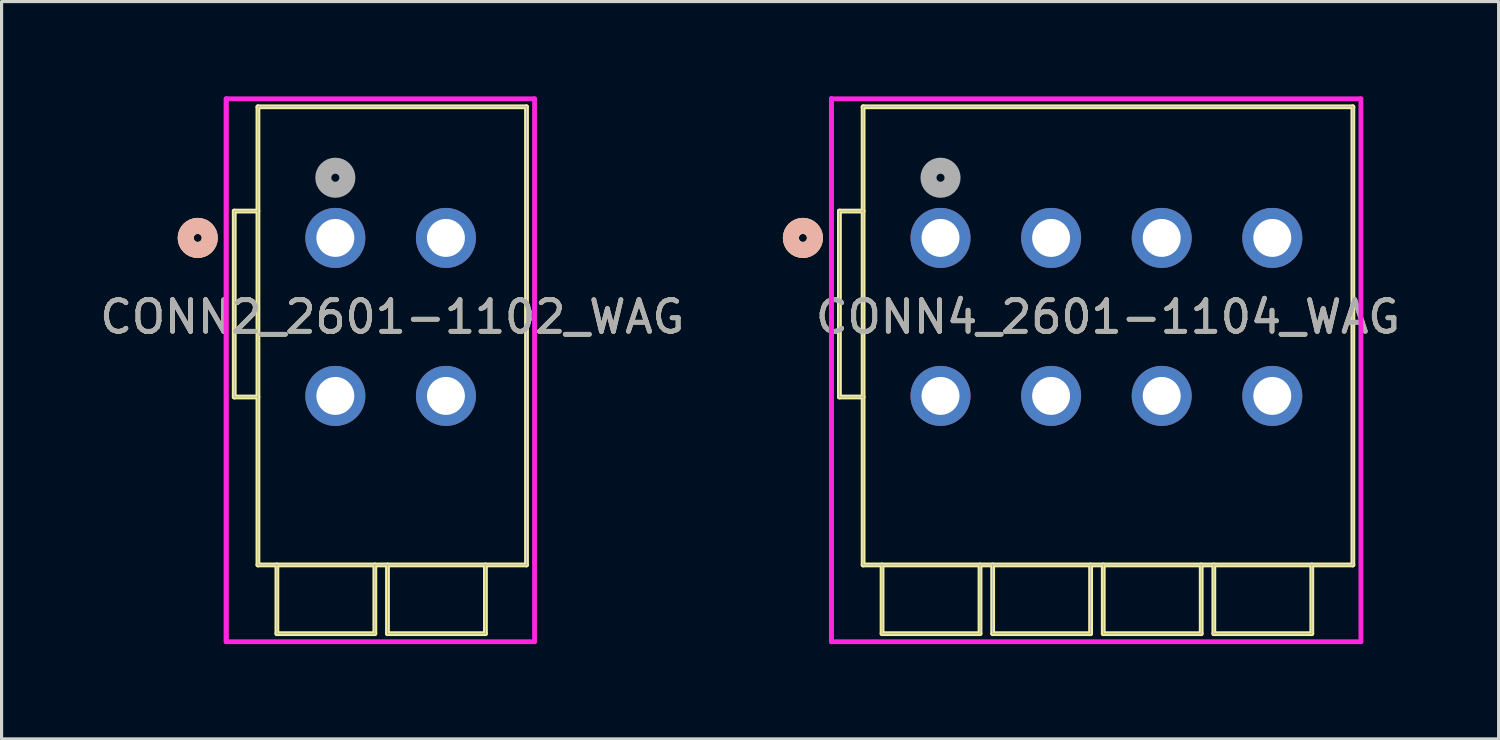
<source format=kicad_pcb>
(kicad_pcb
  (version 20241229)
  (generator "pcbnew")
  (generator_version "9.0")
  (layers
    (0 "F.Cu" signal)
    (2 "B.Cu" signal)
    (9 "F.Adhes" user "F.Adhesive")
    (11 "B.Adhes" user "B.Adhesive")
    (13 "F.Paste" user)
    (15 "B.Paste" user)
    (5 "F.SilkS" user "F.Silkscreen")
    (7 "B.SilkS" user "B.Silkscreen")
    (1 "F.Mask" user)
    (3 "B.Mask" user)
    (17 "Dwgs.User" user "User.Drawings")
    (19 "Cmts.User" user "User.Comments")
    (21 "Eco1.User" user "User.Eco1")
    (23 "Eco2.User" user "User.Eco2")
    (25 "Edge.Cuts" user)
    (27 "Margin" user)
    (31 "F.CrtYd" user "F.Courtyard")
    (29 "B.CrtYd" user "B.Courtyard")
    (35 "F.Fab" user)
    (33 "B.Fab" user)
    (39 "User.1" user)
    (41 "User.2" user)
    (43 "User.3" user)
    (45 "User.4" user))
  (footprint "CONN4_2601-1104_WAG"
    (layer "F.Cu")
    (at 26.716 4.48)
    (property "Reference" "CONN4_2601-1104_WAG" (at 5.3 2.5 0) (unlocked yes) (layer "F.SilkS") (effects (font (size 1 1) (thickness 0.15))))
    (attr through_hole)
    (fp_line (start -3.2 5.034) (end -3.2 -0.85) (stroke (width 0.152) (type solid)) (layer "F.SilkS"))
    (fp_line (start -2.45 -4.15) (end 13.05 -4.15) (stroke (width 0.152) (type solid)) (layer "F.SilkS"))
    (fp_line (start -2.45 10.35) (end -2.45 -4.15) (stroke (width 0.152) (type solid)) (layer "F.SilkS"))
    (fp_line (start -2.45 10.35) (end 13.05 10.35) (stroke (width 0.152) (type solid)) (layer "F.SilkS"))
    (fp_line (start -2.45 -0.85) (end -3.2 -0.85) (stroke (width 0.152) (type solid)) (layer "F.SilkS"))
    (fp_line (start -2.45 5.034) (end -3.2 5.034) (stroke (width 0.152) (type solid)) (layer "F.SilkS"))
    (fp_line (start -1.85 10.35) (end -1.85 12.525) (stroke (width 0.152) (type solid)) (layer "F.SilkS"))
    (fp_line (start -1.85 12.525) (end 1.25 12.525) (stroke (width 0.152) (type solid)) (layer "F.SilkS"))
    (fp_line (start 1.25 10.35) (end 1.25 12.525) (stroke (width 0.152) (type solid)) (layer "F.SilkS"))
    (fp_line (start 1.65 10.35) (end 1.65 12.525) (stroke (width 0.152) (type solid)) (layer "F.SilkS"))
    (fp_line (start 1.65 12.525) (end 4.75 12.525) (stroke (width 0.152) (type solid)) (layer "F.SilkS"))
    (fp_line (start 4.75 10.35) (end 4.75 12.525) (stroke (width 0.152) (type solid)) (layer "F.SilkS"))
    (fp_line (start 5.15 10.35) (end 5.15 12.525) (stroke (width 0.152) (type solid)) (layer "F.SilkS"))
    (fp_line (start 5.15 12.525) (end 8.25 12.525) (stroke (width 0.152) (type solid)) (layer "F.SilkS"))
    (fp_line (start 8.25 10.35) (end 8.25 12.525) (stroke (width 0.152) (type solid)) (layer "F.SilkS"))
    (fp_line (start 8.65 10.35) (end 8.65 12.525) (stroke (width 0.152) (type solid)) (layer "F.SilkS"))
    (fp_line (start 8.65 12.525) (end 11.75 12.525) (stroke (width 0.152) (type solid)) (layer "F.SilkS"))
    (fp_line (start 11.75 10.35) (end 11.75 12.525) (stroke (width 0.152) (type solid)) (layer "F.SilkS"))
    (fp_line (start 13.05 -4.15) (end 13.05 10.35) (stroke (width 0.152) (type solid)) (layer "F.SilkS"))
    (fp_circle (center -4.355 0) (end -3.974 0) (stroke (width 0.508) (type solid)) (fill no) (layer "F.SilkS"))
    (fp_circle (center -4.355 0) (end -3.974 0) (stroke (width 0.508) (type solid)) (fill no) (layer "B.SilkS"))
    (fp_line (start -3.454 -4.404) (end -3.454 12.779) (stroke (width 0.152) (type solid)) (layer "F.CrtYd"))
    (fp_line (start -3.454 -4.404) (end -3.454 12.779) (stroke (width 0.152) (type solid)) (layer "F.CrtYd"))
    (fp_line (start -3.454 12.779) (end 13.304 12.779) (stroke (width 0.152) (type solid)) (layer "F.CrtYd"))
    (fp_line (start 13.304 -4.404) (end -3.454 -4.404) (stroke (width 0.152) (type solid)) (layer "F.CrtYd"))
    (fp_line (start 13.304 12.779) (end 13.304 -4.404) (stroke (width 0.152) (type solid)) (layer "F.CrtYd"))
    (fp_line (start -3.2 5.034) (end -3.2 -0.85) (stroke (width 0.025) (type solid)) (layer "F.Fab"))
    (fp_line (start -2.45 -4.15) (end 13.05 -4.15) (stroke (width 0.025) (type solid)) (layer "F.Fab"))
    (fp_line (start -2.45 10.35) (end -2.45 -4.15) (stroke (width 0.025) (type solid)) (layer "F.Fab"))
    (fp_line (start -2.45 10.35) (end 13.05 10.35) (stroke (width 0.025) (type solid)) (layer "F.Fab"))
    (fp_line (start -2.45 -0.85) (end -3.2 -0.85) (stroke (width 0.025) (type solid)) (layer "F.Fab"))
    (fp_line (start -2.45 5.034) (end -3.2 5.034) (stroke (width 0.025) (type solid)) (layer "F.Fab"))
    (fp_line (start -1.85 10.35) (end -1.85 12.525) (stroke (width 0.025) (type solid)) (layer "F.Fab"))
    (fp_line (start -1.85 12.525) (end 1.25 12.525) (stroke (width 0.025) (type solid)) (layer "F.Fab"))
    (fp_line (start 1.25 10.35) (end 1.25 12.525) (stroke (width 0.025) (type solid)) (layer "F.Fab"))
    (fp_line (start 1.65 10.35) (end 1.65 12.525) (stroke (width 0.025) (type solid)) (layer "F.Fab"))
    (fp_line (start 1.65 12.525) (end 4.75 12.525) (stroke (width 0.025) (type solid)) (layer "F.Fab"))
    (fp_line (start 4.75 10.35) (end 4.75 12.525) (stroke (width 0.025) (type solid)) (layer "F.Fab"))
    (fp_line (start 5.15 10.35) (end 5.15 12.525) (stroke (width 0.025) (type solid)) (layer "F.Fab"))
    (fp_line (start 5.15 12.525) (end 8.25 12.525) (stroke (width 0.025) (type solid)) (layer "F.Fab"))
    (fp_line (start 8.25 10.35) (end 8.25 12.525) (stroke (width 0.025) (type solid)) (layer "F.Fab"))
    (fp_line (start 8.65 10.35) (end 8.65 12.525) (stroke (width 0.025) (type solid)) (layer "F.Fab"))
    (fp_line (start 8.65 12.525) (end 11.75 12.525) (stroke (width 0.025) (type solid)) (layer "F.Fab"))
    (fp_line (start 11.75 10.35) (end 11.75 12.525) (stroke (width 0.025) (type solid)) (layer "F.Fab"))
    (fp_line (start 13.05 -4.15) (end 13.05 10.35) (stroke (width 0.025) (type solid)) (layer "F.Fab"))
    (fp_circle (center 0 -1.905) (end 0.381 -1.905) (stroke (width 0.508) (type solid)) (fill no) (layer "F.Fab"))
    (fp_text user "${REFERENCE}" (at 5.3 2.5 0) (unlocked yes) (layer "F.Fab") (effects (font (size 1 1) (thickness 0.15))))
    (pad "1" thru_hole circle (at 0 0) (size 1.9 1.9) (drill 1.2) (layers "*.Cu" "*.Mask"))
    (pad "2" thru_hole circle (at 0 5) (size 1.9 1.9) (drill 1.2) (layers "*.Cu" "*.Mask"))
    (pad "3" thru_hole circle (at 3.5 0) (size 1.9 1.9) (drill 1.2) (layers "*.Cu" "*.Mask"))
    (pad "4" thru_hole circle (at 3.5 5) (size 1.9 1.9) (drill 1.2) (layers "*.Cu" "*.Mask"))
    (pad "5" thru_hole circle (at 7 0) (size 1.9 1.9) (drill 1.2) (layers "*.Cu" "*.Mask"))
    (pad "6" thru_hole circle (at 7 5) (size 1.9 1.9) (drill 1.2) (layers "*.Cu" "*.Mask"))
    (pad "7" thru_hole circle (at 10.5 0) (size 1.9 1.9) (drill 1.2) (layers "*.Cu" "*.Mask"))
    (pad "8" thru_hole circle (at 10.5 5) (size 1.9 1.9) (drill 1.2) (layers "*.Cu" "*.Mask")))
  (footprint "CONN2_2601-1102_WAG"
    (layer "F.Cu")
    (at 7.563 4.48)
    (property "Reference" "CONN2_2601-1102_WAG" (at 1.8 2.5 0) (unlocked yes) (layer "F.SilkS") (effects (font (size 1 1) (thickness 0.15))))
    (attr through_hole)
    (fp_line (start -3.2 5.034) (end -3.2 -0.85) (stroke (width 0.152) (type solid)) (layer "F.SilkS"))
    (fp_line (start -2.45 -4.15) (end 6.05 -4.15) (stroke (width 0.152) (type solid)) (layer "F.SilkS"))
    (fp_line (start -2.45 10.35) (end -2.45 -4.15) (stroke (width 0.152) (type solid)) (layer "F.SilkS"))
    (fp_line (start -2.45 10.35) (end 6.05 10.35) (stroke (width 0.152) (type solid)) (layer "F.SilkS"))
    (fp_line (start -2.45 -0.85) (end -3.2 -0.85) (stroke (width 0.152) (type solid)) (layer "F.SilkS"))
    (fp_line (start -2.45 5.034) (end -3.2 5.034) (stroke (width 0.152) (type solid)) (layer "F.SilkS"))
    (fp_line (start -1.85 10.35) (end -1.85 12.525) (stroke (width 0.152) (type solid)) (layer "F.SilkS"))
    (fp_line (start -1.85 12.525) (end 1.25 12.525) (stroke (width 0.152) (type solid)) (layer "F.SilkS"))
    (fp_line (start 1.25 10.35) (end 1.25 12.525) (stroke (width 0.152) (type solid)) (layer "F.SilkS"))
    (fp_line (start 1.65 10.35) (end 1.65 12.525) (stroke (width 0.152) (type solid)) (layer "F.SilkS"))
    (fp_line (start 1.65 12.525) (end 4.75 12.525) (stroke (width 0.152) (type solid)) (layer "F.SilkS"))
    (fp_line (start 4.75 10.35) (end 4.75 12.525) (stroke (width 0.152) (type solid)) (layer "F.SilkS"))
    (fp_line (start 6.05 -4.15) (end 6.05 10.35) (stroke (width 0.152) (type solid)) (layer "F.SilkS"))
    (fp_circle (center -4.355 0) (end -3.974 0) (stroke (width 0.508) (type solid)) (fill no) (layer "F.SilkS"))
    (fp_circle (center -4.355 0) (end -3.974 0) (stroke (width 0.508) (type solid)) (fill no) (layer "B.SilkS"))
    (fp_line (start -3.454 -4.404) (end -3.454 12.779) (stroke (width 0.152) (type solid)) (layer "F.CrtYd"))
    (fp_line (start -3.454 -4.404) (end -3.454 12.779) (stroke (width 0.152) (type solid)) (layer "F.CrtYd"))
    (fp_line (start -3.454 12.779) (end 6.304 12.779) (stroke (width 0.152) (type solid)) (layer "F.CrtYd"))
    (fp_line (start 6.304 -4.404) (end -3.454 -4.404) (stroke (width 0.152) (type solid)) (layer "F.CrtYd"))
    (fp_line (start 6.304 12.779) (end 6.304 -4.404) (stroke (width 0.152) (type solid)) (layer "F.CrtYd"))
    (fp_line (start -3.2 5.034) (end -3.2 -0.85) (stroke (width 0.025) (type solid)) (layer "F.Fab"))
    (fp_line (start -2.45 -4.15) (end 6.05 -4.15) (stroke (width 0.025) (type solid)) (layer "F.Fab"))
    (fp_line (start -2.45 10.35) (end -2.45 -4.15) (stroke (width 0.025) (type solid)) (layer "F.Fab"))
    (fp_line (start -2.45 10.35) (end 6.05 10.35) (stroke (width 0.025) (type solid)) (layer "F.Fab"))
    (fp_line (start -2.45 -0.85) (end -3.2 -0.85) (stroke (width 0.025) (type solid)) (layer "F.Fab"))
    (fp_line (start -2.45 5.034) (end -3.2 5.034) (stroke (width 0.025) (type solid)) (layer "F.Fab"))
    (fp_line (start -1.85 10.35) (end -1.85 12.525) (stroke (width 0.025) (type solid)) (layer "F.Fab"))
    (fp_line (start -1.85 12.525) (end 1.25 12.525) (stroke (width 0.025) (type solid)) (layer "F.Fab"))
    (fp_line (start 1.25 10.35) (end 1.25 12.525) (stroke (width 0.025) (type solid)) (layer "F.Fab"))
    (fp_line (start 1.65 10.35) (end 1.65 12.525) (stroke (width 0.025) (type solid)) (layer "F.Fab"))
    (fp_line (start 1.65 12.525) (end 4.75 12.525) (stroke (width 0.025) (type solid)) (layer "F.Fab"))
    (fp_line (start 4.75 10.35) (end 4.75 12.525) (stroke (width 0.025) (type solid)) (layer "F.Fab"))
    (fp_line (start 6.05 -4.15) (end 6.05 10.35) (stroke (width 0.025) (type solid)) (layer "F.Fab"))
    (fp_circle (center 0 -1.905) (end 0.381 -1.905) (stroke (width 0.508) (type solid)) (fill no) (layer "F.Fab"))
    (fp_text user "${REFERENCE}" (at 1.8 2.5 0) (unlocked yes) (layer "F.Fab") (effects (font (size 1 1) (thickness 0.15))))
    (pad "1" thru_hole circle (at 0 0) (size 1.9 1.9) (drill 1.2) (layers "*.Cu" "*.Mask"))
    (pad "2" thru_hole circle (at 0 5) (size 1.9 1.9) (drill 1.2) (layers "*.Cu" "*.Mask"))
    (pad "3" thru_hole circle (at 3.5 0) (size 1.9 1.9) (drill 1.2) (layers "*.Cu" "*.Mask"))
    (pad "4" thru_hole circle (at 3.5 5) (size 1.9 1.9) (drill 1.2) (layers "*.Cu" "*.Mask")))
  (gr_rect
    (start -3 -3)
    (end 44.379 20.335)
    (stroke (width 0.1) (type default))
    (fill no)
    (layer "Edge.Cuts")))
</source>
